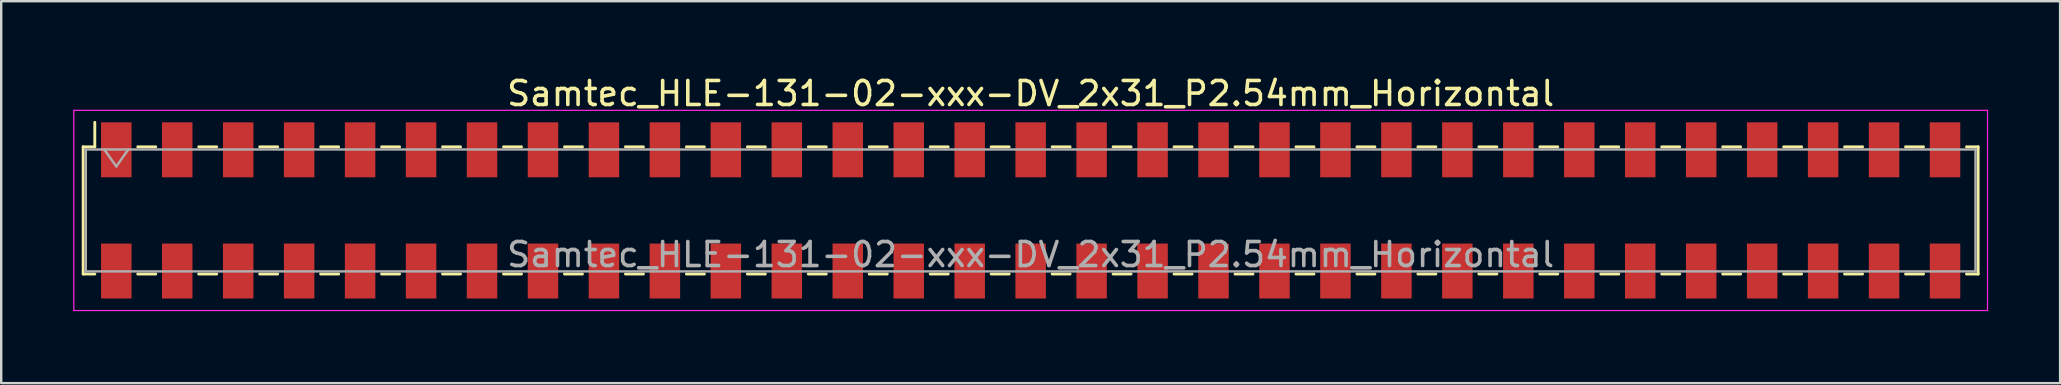
<source format=kicad_pcb>
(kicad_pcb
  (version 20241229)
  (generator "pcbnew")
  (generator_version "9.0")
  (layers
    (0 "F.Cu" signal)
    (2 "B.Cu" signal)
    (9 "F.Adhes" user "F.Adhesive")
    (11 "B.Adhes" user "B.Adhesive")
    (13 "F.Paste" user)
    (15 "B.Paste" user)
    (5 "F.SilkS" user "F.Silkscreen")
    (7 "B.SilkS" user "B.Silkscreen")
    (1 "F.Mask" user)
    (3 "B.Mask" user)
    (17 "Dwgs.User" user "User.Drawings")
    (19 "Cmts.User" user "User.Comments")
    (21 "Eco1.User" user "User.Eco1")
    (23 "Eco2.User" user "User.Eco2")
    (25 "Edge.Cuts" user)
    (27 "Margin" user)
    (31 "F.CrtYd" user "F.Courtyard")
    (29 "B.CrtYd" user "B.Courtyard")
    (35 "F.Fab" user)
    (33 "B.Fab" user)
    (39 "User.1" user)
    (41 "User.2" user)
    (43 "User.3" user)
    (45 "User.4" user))
  (footprint "Samtec_HLE-131-02-xxx-DV_2x31_P2.54mm_Horizontal"
    (layer "F.Cu")
    (at 39.895 5.718)
    (property "Reference" "Samtec_HLE-131-02-xxx-DV_2x31_P2.54mm_Horizontal" (at 0 -4.87 0) (layer "F.SilkS") (effects (font (size 1 1) (thickness 0.15))))
    (attr smd)
    (fp_line (start -39.48 -2.65) (end -39.48 2.65) (stroke (width 0.12) (type solid)) (layer "F.SilkS"))
    (fp_line (start -39.48 2.65) (end -38.995 2.65) (stroke (width 0.12) (type solid)) (layer "F.SilkS"))
    (fp_line (start -38.995 -3.67) (end -38.995 -2.65) (stroke (width 0.12) (type solid)) (layer "F.SilkS"))
    (fp_line (start -38.995 -2.65) (end -39.48 -2.65) (stroke (width 0.12) (type solid)) (layer "F.SilkS"))
    (fp_line (start -37.205 -2.65) (end -36.455 -2.65) (stroke (width 0.12) (type solid)) (layer "F.SilkS"))
    (fp_line (start -37.205 2.65) (end -36.455 2.65) (stroke (width 0.12) (type solid)) (layer "F.SilkS"))
    (fp_line (start -34.665 -2.65) (end -33.915 -2.65) (stroke (width 0.12) (type solid)) (layer "F.SilkS"))
    (fp_line (start -34.665 2.65) (end -33.915 2.65) (stroke (width 0.12) (type solid)) (layer "F.SilkS"))
    (fp_line (start -32.125 -2.65) (end -31.375 -2.65) (stroke (width 0.12) (type solid)) (layer "F.SilkS"))
    (fp_line (start -32.125 2.65) (end -31.375 2.65) (stroke (width 0.12) (type solid)) (layer "F.SilkS"))
    (fp_line (start -29.585 -2.65) (end -28.835 -2.65) (stroke (width 0.12) (type solid)) (layer "F.SilkS"))
    (fp_line (start -29.585 2.65) (end -28.835 2.65) (stroke (width 0.12) (type solid)) (layer "F.SilkS"))
    (fp_line (start -27.045 -2.65) (end -26.295 -2.65) (stroke (width 0.12) (type solid)) (layer "F.SilkS"))
    (fp_line (start -27.045 2.65) (end -26.295 2.65) (stroke (width 0.12) (type solid)) (layer "F.SilkS"))
    (fp_line (start -24.505 -2.65) (end -23.755 -2.65) (stroke (width 0.12) (type solid)) (layer "F.SilkS"))
    (fp_line (start -24.505 2.65) (end -23.755 2.65) (stroke (width 0.12) (type solid)) (layer "F.SilkS"))
    (fp_line (start -21.965 -2.65) (end -21.215 -2.65) (stroke (width 0.12) (type solid)) (layer "F.SilkS"))
    (fp_line (start -21.965 2.65) (end -21.215 2.65) (stroke (width 0.12) (type solid)) (layer "F.SilkS"))
    (fp_line (start -19.425 -2.65) (end -18.675 -2.65) (stroke (width 0.12) (type solid)) (layer "F.SilkS"))
    (fp_line (start -19.425 2.65) (end -18.675 2.65) (stroke (width 0.12) (type solid)) (layer "F.SilkS"))
    (fp_line (start -16.885 -2.65) (end -16.135 -2.65) (stroke (width 0.12) (type solid)) (layer "F.SilkS"))
    (fp_line (start -16.885 2.65) (end -16.135 2.65) (stroke (width 0.12) (type solid)) (layer "F.SilkS"))
    (fp_line (start -14.345 -2.65) (end -13.595 -2.65) (stroke (width 0.12) (type solid)) (layer "F.SilkS"))
    (fp_line (start -14.345 2.65) (end -13.595 2.65) (stroke (width 0.12) (type solid)) (layer "F.SilkS"))
    (fp_line (start -11.805 -2.65) (end -11.055 -2.65) (stroke (width 0.12) (type solid)) (layer "F.SilkS"))
    (fp_line (start -11.805 2.65) (end -11.055 2.65) (stroke (width 0.12) (type solid)) (layer "F.SilkS"))
    (fp_line (start -9.265 -2.65) (end -8.515 -2.65) (stroke (width 0.12) (type solid)) (layer "F.SilkS"))
    (fp_line (start -9.265 2.65) (end -8.515 2.65) (stroke (width 0.12) (type solid)) (layer "F.SilkS"))
    (fp_line (start -6.725 -2.65) (end -5.975 -2.65) (stroke (width 0.12) (type solid)) (layer "F.SilkS"))
    (fp_line (start -6.725 2.65) (end -5.975 2.65) (stroke (width 0.12) (type solid)) (layer "F.SilkS"))
    (fp_line (start -4.185 -2.65) (end -3.435 -2.65) (stroke (width 0.12) (type solid)) (layer "F.SilkS"))
    (fp_line (start -4.185 2.65) (end -3.435 2.65) (stroke (width 0.12) (type solid)) (layer "F.SilkS"))
    (fp_line (start -1.645 -2.65) (end -0.895 -2.65) (stroke (width 0.12) (type solid)) (layer "F.SilkS"))
    (fp_line (start -1.645 2.65) (end -0.895 2.65) (stroke (width 0.12) (type solid)) (layer "F.SilkS"))
    (fp_line (start 0.895 -2.65) (end 1.645 -2.65) (stroke (width 0.12) (type solid)) (layer "F.SilkS"))
    (fp_line (start 0.895 2.65) (end 1.645 2.65) (stroke (width 0.12) (type solid)) (layer "F.SilkS"))
    (fp_line (start 3.435 -2.65) (end 4.185 -2.65) (stroke (width 0.12) (type solid)) (layer "F.SilkS"))
    (fp_line (start 3.435 2.65) (end 4.185 2.65) (stroke (width 0.12) (type solid)) (layer "F.SilkS"))
    (fp_line (start 5.975 -2.65) (end 6.725 -2.65) (stroke (width 0.12) (type solid)) (layer "F.SilkS"))
    (fp_line (start 5.975 2.65) (end 6.725 2.65) (stroke (width 0.12) (type solid)) (layer "F.SilkS"))
    (fp_line (start 8.515 -2.65) (end 9.265 -2.65) (stroke (width 0.12) (type solid)) (layer "F.SilkS"))
    (fp_line (start 8.515 2.65) (end 9.265 2.65) (stroke (width 0.12) (type solid)) (layer "F.SilkS"))
    (fp_line (start 11.055 -2.65) (end 11.805 -2.65) (stroke (width 0.12) (type solid)) (layer "F.SilkS"))
    (fp_line (start 11.055 2.65) (end 11.805 2.65) (stroke (width 0.12) (type solid)) (layer "F.SilkS"))
    (fp_line (start 13.595 -2.65) (end 14.345 -2.65) (stroke (width 0.12) (type solid)) (layer "F.SilkS"))
    (fp_line (start 13.595 2.65) (end 14.345 2.65) (stroke (width 0.12) (type solid)) (layer "F.SilkS"))
    (fp_line (start 16.135 -2.65) (end 16.885 -2.65) (stroke (width 0.12) (type solid)) (layer "F.SilkS"))
    (fp_line (start 16.135 2.65) (end 16.885 2.65) (stroke (width 0.12) (type solid)) (layer "F.SilkS"))
    (fp_line (start 18.675 -2.65) (end 19.425 -2.65) (stroke (width 0.12) (type solid)) (layer "F.SilkS"))
    (fp_line (start 18.675 2.65) (end 19.425 2.65) (stroke (width 0.12) (type solid)) (layer "F.SilkS"))
    (fp_line (start 21.215 -2.65) (end 21.965 -2.65) (stroke (width 0.12) (type solid)) (layer "F.SilkS"))
    (fp_line (start 21.215 2.65) (end 21.965 2.65) (stroke (width 0.12) (type solid)) (layer "F.SilkS"))
    (fp_line (start 23.755 -2.65) (end 24.505 -2.65) (stroke (width 0.12) (type solid)) (layer "F.SilkS"))
    (fp_line (start 23.755 2.65) (end 24.505 2.65) (stroke (width 0.12) (type solid)) (layer "F.SilkS"))
    (fp_line (start 26.295 -2.65) (end 27.045 -2.65) (stroke (width 0.12) (type solid)) (layer "F.SilkS"))
    (fp_line (start 26.295 2.65) (end 27.045 2.65) (stroke (width 0.12) (type solid)) (layer "F.SilkS"))
    (fp_line (start 28.835 -2.65) (end 29.585 -2.65) (stroke (width 0.12) (type solid)) (layer "F.SilkS"))
    (fp_line (start 28.835 2.65) (end 29.585 2.65) (stroke (width 0.12) (type solid)) (layer "F.SilkS"))
    (fp_line (start 31.375 -2.65) (end 32.125 -2.65) (stroke (width 0.12) (type solid)) (layer "F.SilkS"))
    (fp_line (start 31.375 2.65) (end 32.125 2.65) (stroke (width 0.12) (type solid)) (layer "F.SilkS"))
    (fp_line (start 33.915 -2.65) (end 34.665 -2.65) (stroke (width 0.12) (type solid)) (layer "F.SilkS"))
    (fp_line (start 33.915 2.65) (end 34.665 2.65) (stroke (width 0.12) (type solid)) (layer "F.SilkS"))
    (fp_line (start 36.455 -2.65) (end 37.205 -2.65) (stroke (width 0.12) (type solid)) (layer "F.SilkS"))
    (fp_line (start 36.455 2.65) (end 37.205 2.65) (stroke (width 0.12) (type solid)) (layer "F.SilkS"))
    (fp_line (start 38.995 -2.65) (end 39.48 -2.65) (stroke (width 0.12) (type solid)) (layer "F.SilkS"))
    (fp_line (start 39.48 -2.65) (end 39.48 2.65) (stroke (width 0.12) (type solid)) (layer "F.SilkS"))
    (fp_line (start 39.48 2.65) (end 38.995 2.65) (stroke (width 0.12) (type solid)) (layer "F.SilkS"))
    (fp_line (start -39.87 -4.17) (end 39.87 -4.17) (stroke (width 0.05) (type solid)) (layer "F.CrtYd"))
    (fp_line (start -39.87 4.17) (end -39.87 -4.17) (stroke (width 0.05) (type solid)) (layer "F.CrtYd"))
    (fp_line (start 39.87 -4.17) (end 39.87 4.17) (stroke (width 0.05) (type solid)) (layer "F.CrtYd"))
    (fp_line (start 39.87 4.17) (end -39.87 4.17) (stroke (width 0.05) (type solid)) (layer "F.CrtYd"))
    (fp_line (start -39.37 -2.54) (end 39.37 -2.54) (stroke (width 0.1) (type solid)) (layer "F.Fab"))
    (fp_line (start -39.37 2.54) (end -39.37 -2.54) (stroke (width 0.1) (type solid)) (layer "F.Fab"))
    (fp_line (start -38.6 -2.54) (end -38.1 -1.833) (stroke (width 0.1) (type solid)) (layer "F.Fab"))
    (fp_line (start -38.1 -1.833) (end -37.6 -2.54) (stroke (width 0.1) (type solid)) (layer "F.Fab"))
    (fp_line (start 39.37 -2.54) (end 39.37 2.54) (stroke (width 0.1) (type solid)) (layer "F.Fab"))
    (fp_line (start 39.37 2.54) (end -39.37 2.54) (stroke (width 0.1) (type solid)) (layer "F.Fab"))
    (fp_text user "${REFERENCE}" (at 0 1.84 0) (layer "F.Fab") (effects (font (size 1 1) (thickness 0.15))))
    (pad "1" smd rect (at -38.1 -2.525) (size 1.27 2.29) (layers "F.Cu" "F.Mask" "F.Paste"))
    (pad "2" smd rect (at -38.1 2.525) (size 1.27 2.29) (layers "F.Cu" "F.Mask" "F.Paste"))
    (pad "3" smd rect (at -35.56 -2.525) (size 1.27 2.29) (layers "F.Cu" "F.Mask" "F.Paste"))
    (pad "4" smd rect (at -35.56 2.525) (size 1.27 2.29) (layers "F.Cu" "F.Mask" "F.Paste"))
    (pad "5" smd rect (at -33.02 -2.525) (size 1.27 2.29) (layers "F.Cu" "F.Mask" "F.Paste"))
    (pad "6" smd rect (at -33.02 2.525) (size 1.27 2.29) (layers "F.Cu" "F.Mask" "F.Paste"))
    (pad "7" smd rect (at -30.48 -2.525) (size 1.27 2.29) (layers "F.Cu" "F.Mask" "F.Paste"))
    (pad "8" smd rect (at -30.48 2.525) (size 1.27 2.29) (layers "F.Cu" "F.Mask" "F.Paste"))
    (pad "9" smd rect (at -27.94 -2.525) (size 1.27 2.29) (layers "F.Cu" "F.Mask" "F.Paste"))
    (pad "10" smd rect (at -27.94 2.525) (size 1.27 2.29) (layers "F.Cu" "F.Mask" "F.Paste"))
    (pad "11" smd rect (at -25.4 -2.525) (size 1.27 2.29) (layers "F.Cu" "F.Mask" "F.Paste"))
    (pad "12" smd rect (at -25.4 2.525) (size 1.27 2.29) (layers "F.Cu" "F.Mask" "F.Paste"))
    (pad "13" smd rect (at -22.86 -2.525) (size 1.27 2.29) (layers "F.Cu" "F.Mask" "F.Paste"))
    (pad "14" smd rect (at -22.86 2.525) (size 1.27 2.29) (layers "F.Cu" "F.Mask" "F.Paste"))
    (pad "15" smd rect (at -20.32 -2.525) (size 1.27 2.29) (layers "F.Cu" "F.Mask" "F.Paste"))
    (pad "16" smd rect (at -20.32 2.525) (size 1.27 2.29) (layers "F.Cu" "F.Mask" "F.Paste"))
    (pad "17" smd rect (at -17.78 -2.525) (size 1.27 2.29) (layers "F.Cu" "F.Mask" "F.Paste"))
    (pad "18" smd rect (at -17.78 2.525) (size 1.27 2.29) (layers "F.Cu" "F.Mask" "F.Paste"))
    (pad "19" smd rect (at -15.24 -2.525) (size 1.27 2.29) (layers "F.Cu" "F.Mask" "F.Paste"))
    (pad "20" smd rect (at -15.24 2.525) (size 1.27 2.29) (layers "F.Cu" "F.Mask" "F.Paste"))
    (pad "21" smd rect (at -12.7 -2.525) (size 1.27 2.29) (layers "F.Cu" "F.Mask" "F.Paste"))
    (pad "22" smd rect (at -12.7 2.525) (size 1.27 2.29) (layers "F.Cu" "F.Mask" "F.Paste"))
    (pad "23" smd rect (at -10.16 -2.525) (size 1.27 2.29) (layers "F.Cu" "F.Mask" "F.Paste"))
    (pad "24" smd rect (at -10.16 2.525) (size 1.27 2.29) (layers "F.Cu" "F.Mask" "F.Paste"))
    (pad "25" smd rect (at -7.62 -2.525) (size 1.27 2.29) (layers "F.Cu" "F.Mask" "F.Paste"))
    (pad "26" smd rect (at -7.62 2.525) (size 1.27 2.29) (layers "F.Cu" "F.Mask" "F.Paste"))
    (pad "27" smd rect (at -5.08 -2.525) (size 1.27 2.29) (layers "F.Cu" "F.Mask" "F.Paste"))
    (pad "28" smd rect (at -5.08 2.525) (size 1.27 2.29) (layers "F.Cu" "F.Mask" "F.Paste"))
    (pad "29" smd rect (at -2.54 -2.525) (size 1.27 2.29) (layers "F.Cu" "F.Mask" "F.Paste"))
    (pad "30" smd rect (at -2.54 2.525) (size 1.27 2.29) (layers "F.Cu" "F.Mask" "F.Paste"))
    (pad "31" smd rect (at 0 -2.525) (size 1.27 2.29) (layers "F.Cu" "F.Mask" "F.Paste"))
    (pad "32" smd rect (at 0 2.525) (size 1.27 2.29) (layers "F.Cu" "F.Mask" "F.Paste"))
    (pad "33" smd rect (at 2.54 -2.525) (size 1.27 2.29) (layers "F.Cu" "F.Mask" "F.Paste"))
    (pad "34" smd rect (at 2.54 2.525) (size 1.27 2.29) (layers "F.Cu" "F.Mask" "F.Paste"))
    (pad "35" smd rect (at 5.08 -2.525) (size 1.27 2.29) (layers "F.Cu" "F.Mask" "F.Paste"))
    (pad "36" smd rect (at 5.08 2.525) (size 1.27 2.29) (layers "F.Cu" "F.Mask" "F.Paste"))
    (pad "37" smd rect (at 7.62 -2.525) (size 1.27 2.29) (layers "F.Cu" "F.Mask" "F.Paste"))
    (pad "38" smd rect (at 7.62 2.525) (size 1.27 2.29) (layers "F.Cu" "F.Mask" "F.Paste"))
    (pad "39" smd rect (at 10.16 -2.525) (size 1.27 2.29) (layers "F.Cu" "F.Mask" "F.Paste"))
    (pad "40" smd rect (at 10.16 2.525) (size 1.27 2.29) (layers "F.Cu" "F.Mask" "F.Paste"))
    (pad "41" smd rect (at 12.7 -2.525) (size 1.27 2.29) (layers "F.Cu" "F.Mask" "F.Paste"))
    (pad "42" smd rect (at 12.7 2.525) (size 1.27 2.29) (layers "F.Cu" "F.Mask" "F.Paste"))
    (pad "43" smd rect (at 15.24 -2.525) (size 1.27 2.29) (layers "F.Cu" "F.Mask" "F.Paste"))
    (pad "44" smd rect (at 15.24 2.525) (size 1.27 2.29) (layers "F.Cu" "F.Mask" "F.Paste"))
    (pad "45" smd rect (at 17.78 -2.525) (size 1.27 2.29) (layers "F.Cu" "F.Mask" "F.Paste"))
    (pad "46" smd rect (at 17.78 2.525) (size 1.27 2.29) (layers "F.Cu" "F.Mask" "F.Paste"))
    (pad "47" smd rect (at 20.32 -2.525) (size 1.27 2.29) (layers "F.Cu" "F.Mask" "F.Paste"))
    (pad "48" smd rect (at 20.32 2.525) (size 1.27 2.29) (layers "F.Cu" "F.Mask" "F.Paste"))
    (pad "49" smd rect (at 22.86 -2.525) (size 1.27 2.29) (layers "F.Cu" "F.Mask" "F.Paste"))
    (pad "50" smd rect (at 22.86 2.525) (size 1.27 2.29) (layers "F.Cu" "F.Mask" "F.Paste"))
    (pad "51" smd rect (at 25.4 -2.525) (size 1.27 2.29) (layers "F.Cu" "F.Mask" "F.Paste"))
    (pad "52" smd rect (at 25.4 2.525) (size 1.27 2.29) (layers "F.Cu" "F.Mask" "F.Paste"))
    (pad "53" smd rect (at 27.94 -2.525) (size 1.27 2.29) (layers "F.Cu" "F.Mask" "F.Paste"))
    (pad "54" smd rect (at 27.94 2.525) (size 1.27 2.29) (layers "F.Cu" "F.Mask" "F.Paste"))
    (pad "55" smd rect (at 30.48 -2.525) (size 1.27 2.29) (layers "F.Cu" "F.Mask" "F.Paste"))
    (pad "56" smd rect (at 30.48 2.525) (size 1.27 2.29) (layers "F.Cu" "F.Mask" "F.Paste"))
    (pad "57" smd rect (at 33.02 -2.525) (size 1.27 2.29) (layers "F.Cu" "F.Mask" "F.Paste"))
    (pad "58" smd rect (at 33.02 2.525) (size 1.27 2.29) (layers "F.Cu" "F.Mask" "F.Paste"))
    (pad "59" smd rect (at 35.56 -2.525) (size 1.27 2.29) (layers "F.Cu" "F.Mask" "F.Paste"))
    (pad "60" smd rect (at 35.56 2.525) (size 1.27 2.29) (layers "F.Cu" "F.Mask" "F.Paste"))
    (pad "61" smd rect (at 38.1 -2.525) (size 1.27 2.29) (layers "F.Cu" "F.Mask" "F.Paste"))
    (pad "62" smd rect (at 38.1 2.525) (size 1.27 2.29) (layers "F.Cu" "F.Mask" "F.Paste")))
  (gr_rect
    (start -3 -3)
    (end 82.79 12.913)
    (stroke (width 0.1) (type default))
    (fill no)
    (layer "Edge.Cuts")))
</source>
